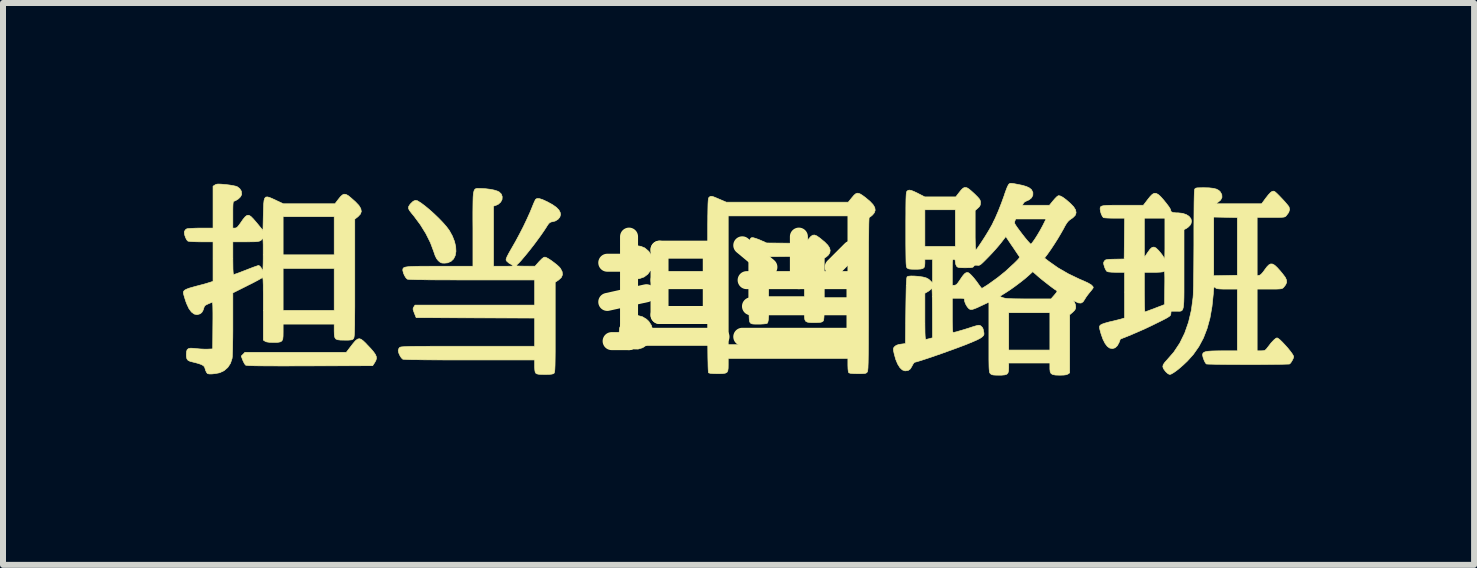
<source format=kicad_pcb>
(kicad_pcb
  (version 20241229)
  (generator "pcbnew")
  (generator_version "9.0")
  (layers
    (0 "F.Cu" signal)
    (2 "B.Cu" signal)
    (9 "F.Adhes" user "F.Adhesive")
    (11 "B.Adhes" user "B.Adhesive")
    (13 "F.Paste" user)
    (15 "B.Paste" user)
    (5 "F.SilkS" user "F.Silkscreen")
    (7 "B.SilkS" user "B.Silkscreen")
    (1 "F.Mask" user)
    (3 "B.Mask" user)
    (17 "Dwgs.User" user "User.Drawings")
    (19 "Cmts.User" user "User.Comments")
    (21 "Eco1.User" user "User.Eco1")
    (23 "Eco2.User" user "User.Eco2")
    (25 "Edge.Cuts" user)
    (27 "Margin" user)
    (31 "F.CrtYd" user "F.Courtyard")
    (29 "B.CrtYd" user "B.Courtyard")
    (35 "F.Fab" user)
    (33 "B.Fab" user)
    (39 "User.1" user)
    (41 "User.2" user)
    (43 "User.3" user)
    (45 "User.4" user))
  (footprint "担当"
    (layer "F.Cu")
    (at 9.174 1.945)
    (property "Reference" "担当" (at 0 0 0) (layer "F.SilkS") (effects (font (size 1.524 1.524) (thickness 0.3))))
    (attr through_hole)
    (fp_poly (pts (xy -1.519 0.283) (xy -1.451 0.324) (xy -1.412 0.361) (xy -1.369 0.428) (xy -1.348 0.502) (xy -1.349 0.578) (xy -1.372 0.653) (xy -1.416 0.722) (xy -1.445 0.752) (xy -1.514 0.799) (xy -1.59 0.822) (xy -1.669 0.821) (xy -1.74 0.799) (xy -1.814 0.754) (xy -1.866 0.698) (xy -1.897 0.627) (xy -1.907 0.546) (xy -1.9 0.472) (xy -1.875 0.41) (xy -1.831 0.352) (xy -1.81 0.332) (xy -1.745 0.287) (xy -1.671 0.265) (xy -1.594 0.263) (xy -1.519 0.283)) (stroke (width 0.01) (type solid)) (fill yes) (layer "F.SilkS"))
    (fp_poly (pts (xy -1.544 -0.89) (xy -1.481 -0.864) (xy -1.475 -0.86) (xy -1.412 -0.806) (xy -1.371 -0.74) (xy -1.351 -0.66) (xy -1.35 -0.645) (xy -1.348 -0.596) (xy -1.353 -0.559) (xy -1.368 -0.521) (xy -1.38 -0.495) (xy -1.429 -0.426) (xy -1.492 -0.379) (xy -1.569 -0.352) (xy -1.617 -0.346) (xy -1.679 -0.347) (xy -1.728 -0.358) (xy -1.746 -0.366) (xy -1.8 -0.4) (xy -1.849 -0.446) (xy -1.884 -0.496) (xy -1.892 -0.514) (xy -1.903 -0.564) (xy -1.906 -0.625) (xy -1.901 -0.685) (xy -1.888 -0.733) (xy -1.886 -0.738) (xy -1.836 -0.81) (xy -1.769 -0.866) (xy -1.747 -0.879) (xy -1.686 -0.898) (xy -1.615 -0.902) (xy -1.544 -0.89)) (stroke (width 0.01) (type solid)) (fill yes) (layer "F.SilkS"))
    (fp_poly (pts (xy -6.207 0.658) (xy -6.171 0.685) (xy -6.126 0.728) (xy -6.109 0.747) (xy -6.045 0.814) (xy -5.999 0.868) (xy -5.969 0.911) (xy -5.953 0.948) (xy -5.951 0.981) (xy -5.961 1.013) (xy -5.981 1.049) (xy -5.985 1.055) (xy -6.014 1.099) (xy -7.062 1.102) (xy -7.258 1.102) (xy -7.43 1.103) (xy -7.579 1.103) (xy -7.707 1.102) (xy -7.815 1.102) (xy -7.905 1.101) (xy -7.977 1.1) (xy -8.034 1.098) (xy -8.077 1.097) (xy -8.106 1.094) (xy -8.124 1.092) (xy -8.132 1.089) (xy -8.148 1.069) (xy -8.167 1.033) (xy -8.179 1.006) (xy -8.204 0.939) (xy -8.142 0.876) (xy -6.453 0.876) (xy -6.393 0.797) (xy -6.342 0.731) (xy -6.302 0.684) (xy -6.268 0.657) (xy -6.238 0.649) (xy -6.207 0.658)) (stroke (width 0.01) (type solid)) (fill yes) (layer "F.SilkS"))
    (fp_poly (pts (xy -5.27 -1.651) (xy -5.267 -1.649) (xy -5.21 -1.614) (xy -5.142 -1.563) (xy -5.066 -1.5) (xy -4.988 -1.43) (xy -4.912 -1.357) (xy -4.843 -1.285) (xy -4.785 -1.219) (xy -4.742 -1.162) (xy -4.739 -1.158) (xy -4.686 -1.063) (xy -4.65 -0.971) (xy -4.63 -0.885) (xy -4.626 -0.806) (xy -4.638 -0.737) (xy -4.665 -0.681) (xy -4.708 -0.64) (xy -4.765 -0.615) (xy -4.818 -0.61) (xy -4.86 -0.612) (xy -4.89 -0.625) (xy -4.921 -0.651) (xy -4.921 -0.651) (xy -4.948 -0.685) (xy -4.972 -0.733) (xy -4.995 -0.799) (xy -4.996 -0.803) (xy -5.051 -0.95) (xy -5.127 -1.102) (xy -5.22 -1.252) (xy -5.327 -1.396) (xy -5.362 -1.438) (xy -5.398 -1.484) (xy -5.416 -1.518) (xy -5.416 -1.549) (xy -5.398 -1.58) (xy -5.38 -1.602) (xy -5.339 -1.641) (xy -5.303 -1.656) (xy -5.27 -1.651)) (stroke (width 0.01) (type solid)) (fill yes) (layer "F.SilkS"))
    (fp_poly (pts (xy 1.387 -1.064) (xy 1.436 -1.03) (xy 1.455 -1.015) (xy 1.524 -0.957) (xy 1.572 -0.907) (xy 1.6 -0.863) (xy 1.61 -0.823) (xy 1.604 -0.784) (xy 1.601 -0.778) (xy 1.581 -0.746) (xy 1.55 -0.718) (xy 1.549 -0.717) (xy 1.511 -0.692) (xy 1.511 -0.177) (xy 1.511 -0.048) (xy 1.511 0.057) (xy 1.51 0.142) (xy 1.51 0.208) (xy 1.508 0.259) (xy 1.506 0.296) (xy 1.503 0.322) (xy 1.5 0.34) (xy 1.495 0.351) (xy 1.49 0.358) (xy 1.488 0.36) (xy 1.471 0.37) (xy 1.443 0.377) (xy 1.399 0.38) (xy 1.344 0.381) (xy 1.277 0.38) (xy 1.231 0.373) (xy 1.203 0.359) (xy 1.188 0.333) (xy 1.182 0.293) (xy 1.181 0.25) (xy 1.181 0.165) (xy 0.886 0.168) (xy 0.591 0.171) (xy 0.584 0.277) (xy 0.579 0.337) (xy 0.571 0.375) (xy 0.56 0.393) (xy 0.559 0.394) (xy 0.538 0.399) (xy 0.499 0.403) (xy 0.448 0.406) (xy 0.417 0.406) (xy 0.359 0.406) (xy 0.321 0.404) (xy 0.298 0.399) (xy 0.284 0.39) (xy 0.274 0.378) (xy 0.269 0.369) (xy 0.266 0.355) (xy 0.262 0.334) (xy 0.26 0.303) (xy 0.258 0.26) (xy 0.257 0.204) (xy 0.255 0.133) (xy 0.255 0.044) (xy 0.254 -0.051) (xy 0.584 -0.051) (xy 1.181 -0.051) (xy 1.181 -0.724) (xy 0.886 -0.721) (xy 0.591 -0.718) (xy 0.584 -0.051) (xy 0.254 -0.051) (xy 0.254 -0.065) (xy 0.254 -0.196) (xy 0.254 -0.307) (xy 0.254 -0.46) (xy 0.254 -0.589) (xy 0.255 -0.697) (xy 0.256 -0.785) (xy 0.258 -0.856) (xy 0.261 -0.912) (xy 0.264 -0.954) (xy 0.269 -0.985) (xy 0.275 -1.006) (xy 0.282 -1.02) (xy 0.291 -1.029) (xy 0.302 -1.034) (xy 0.306 -1.036) (xy 0.328 -1.034) (xy 0.367 -1.023) (xy 0.417 -1.005) (xy 0.441 -0.995) (xy 0.552 -0.946) (xy 0.873 -0.943) (xy 1.193 -0.939) (xy 1.248 -1.009) (xy 1.284 -1.051) (xy 1.316 -1.075) (xy 1.349 -1.079) (xy 1.387 -1.064)) (stroke (width 0.01) (type solid)) (fill yes) (layer "F.SilkS"))
    (fp_poly (pts (xy 2.105 -1.766) (xy 2.149 -1.739) (xy 2.195 -1.705) (xy 2.271 -1.642) (xy 2.323 -1.587) (xy 2.353 -1.537) (xy 2.36 -1.492) (xy 2.346 -1.45) (xy 2.317 -1.414) (xy 2.288 -1.389) (xy 2.266 -1.374) (xy 2.26 -1.372) (xy 2.258 -1.359) (xy 2.256 -1.322) (xy 2.254 -1.262) (xy 2.253 -1.179) (xy 2.252 -1.076) (xy 2.25 -0.952) (xy 2.25 -0.809) (xy 2.249 -0.647) (xy 2.248 -0.469) (xy 2.248 -0.275) (xy 2.248 -0.098) (xy 2.248 0.112) (xy 2.248 0.298) (xy 2.248 0.461) (xy 2.247 0.604) (xy 2.247 0.727) (xy 2.246 0.832) (xy 2.245 0.92) (xy 2.244 0.993) (xy 2.243 1.052) (xy 2.241 1.099) (xy 2.24 1.136) (xy 2.237 1.163) (xy 2.235 1.182) (xy 2.232 1.194) (xy 2.229 1.202) (xy 2.228 1.204) (xy 2.218 1.216) (xy 2.203 1.224) (xy 2.18 1.229) (xy 2.143 1.231) (xy 2.087 1.232) (xy 2.072 1.232) (xy 1.999 1.23) (xy 1.949 1.226) (xy 1.922 1.218) (xy 1.92 1.217) (xy 1.912 1.195) (xy 1.907 1.152) (xy 1.905 1.09) (xy 1.905 0.978) (xy -0.089 0.978) (xy -0.089 1.084) (xy -0.09 1.142) (xy -0.096 1.183) (xy -0.11 1.209) (xy -0.137 1.223) (xy -0.18 1.23) (xy -0.244 1.232) (xy -0.268 1.232) (xy -0.34 1.23) (xy -0.389 1.226) (xy -0.415 1.218) (xy -0.417 1.217) (xy -0.419 1.208) (xy -0.421 1.188) (xy -0.423 1.155) (xy -0.425 1.107) (xy -0.426 1.044) (xy -0.428 0.965) (xy -0.429 0.869) (xy -0.43 0.754) (xy -0.43 0.619) (xy -0.431 0.464) (xy -0.431 0.287) (xy -0.432 0.087) (xy -0.432 -0.136) (xy -0.432 -0.242) (xy -0.432 -0.464) (xy -0.432 -0.663) (xy -0.432 -0.838) (xy -0.431 -0.993) (xy -0.431 -1.127) (xy -0.431 -1.244) (xy -0.43 -1.343) (xy -0.43 -1.397) (xy -0.089 -1.397) (xy -0.089 0.749) (xy 1.905 0.749) (xy 1.905 -1.397) (xy -0.089 -1.397) (xy -0.43 -1.397) (xy -0.429 -1.426) (xy -0.428 -1.496) (xy -0.427 -1.552) (xy -0.426 -1.597) (xy -0.424 -1.632) (xy -0.422 -1.658) (xy -0.42 -1.677) (xy -0.417 -1.69) (xy -0.414 -1.698) (xy -0.411 -1.704) (xy -0.409 -1.706) (xy -0.394 -1.718) (xy -0.379 -1.724) (xy -0.359 -1.723) (xy -0.329 -1.714) (xy -0.285 -1.696) (xy -0.238 -1.676) (xy -0.121 -1.626) (xy 1.911 -1.626) (xy 1.973 -1.702) (xy 2.009 -1.744) (xy 2.04 -1.769) (xy 2.07 -1.776) (xy 2.105 -1.766)) (stroke (width 0.01) (type solid)) (fill yes) (layer "F.SilkS"))
    (fp_poly (pts (xy 7.041 -1.773) (xy 7.076 -1.755) (xy 7.117 -1.718) (xy 7.168 -1.661) (xy 7.216 -1.601) (xy 7.254 -1.551) (xy 7.278 -1.512) (xy 7.286 -1.488) (xy 7.286 -1.485) (xy 7.292 -1.467) (xy 7.323 -1.454) (xy 7.377 -1.448) (xy 7.409 -1.448) (xy 7.482 -1.44) (xy 7.543 -1.42) (xy 7.59 -1.39) (xy 7.621 -1.352) (xy 7.632 -1.31) (xy 7.622 -1.265) (xy 7.606 -1.24) (xy 7.575 -1.209) (xy 7.543 -1.187) (xy 7.506 -1.168) (xy 7.506 -0.51) (xy 7.506 -0.358) (xy 7.506 -0.23) (xy 7.506 -0.124) (xy 7.505 -0.037) (xy 7.503 0.033) (xy 7.499 0.087) (xy 7.494 0.127) (xy 7.486 0.155) (xy 7.476 0.174) (xy 7.463 0.185) (xy 7.446 0.19) (xy 7.426 0.192) (xy 7.402 0.191) (xy 7.375 0.191) (xy 7.291 0.191) (xy 7.287 0.232) (xy 7.285 0.246) (xy 7.28 0.259) (xy 7.268 0.272) (xy 7.246 0.287) (xy 7.213 0.307) (xy 7.164 0.333) (xy 7.096 0.367) (xy 7.055 0.387) (xy 6.968 0.43) (xy 6.873 0.475) (xy 6.777 0.518) (xy 6.689 0.556) (xy 6.636 0.579) (xy 6.445 0.656) (xy 6.425 0.711) (xy 6.395 0.766) (xy 6.357 0.801) (xy 6.313 0.814) (xy 6.267 0.805) (xy 6.229 0.778) (xy 6.191 0.728) (xy 6.155 0.657) (xy 6.124 0.569) (xy 6.113 0.53) (xy 6.101 0.485) (xy 6.097 0.457) (xy 6.099 0.441) (xy 6.108 0.428) (xy 6.115 0.421) (xy 6.14 0.407) (xy 6.184 0.391) (xy 6.241 0.375) (xy 6.267 0.368) (xy 6.329 0.354) (xy 6.389 0.339) (xy 6.437 0.327) (xy 6.455 0.322) (xy 6.515 0.304) (xy 6.515 -0.457) (xy 6.845 -0.457) (xy 6.845 -0.127) (xy 6.846 -0.038) (xy 6.847 0.041) (xy 6.848 0.108) (xy 6.85 0.16) (xy 6.852 0.192) (xy 6.855 0.203) (xy 6.87 0.198) (xy 6.903 0.186) (xy 6.951 0.168) (xy 7.009 0.147) (xy 7.023 0.141) (xy 7.182 0.08) (xy 7.185 -0.204) (xy 7.186 -0.299) (xy 7.186 -0.37) (xy 7.185 -0.421) (xy 7.183 -0.454) (xy 7.179 -0.471) (xy 7.175 -0.474) (xy 7.173 -0.473) (xy 7.153 -0.465) (xy 7.109 -0.46) (xy 7.042 -0.457) (xy 7.002 -0.457) (xy 6.845 -0.457) (xy 6.515 -0.457) (xy 6.378 -0.457) (xy 6.302 -0.459) (xy 6.249 -0.464) (xy 6.222 -0.472) (xy 6.221 -0.473) (xy 6.205 -0.494) (xy 6.188 -0.529) (xy 6.18 -0.552) (xy 6.169 -0.59) (xy 6.166 -0.615) (xy 6.173 -0.634) (xy 6.179 -0.643) (xy 6.188 -0.655) (xy 6.201 -0.664) (xy 6.222 -0.669) (xy 6.256 -0.673) (xy 6.307 -0.675) (xy 6.353 -0.676) (xy 6.509 -0.679) (xy 6.516 -1.359) (xy 6.845 -1.359) (xy 6.845 -0.705) (xy 6.903 -0.791) (xy 6.941 -0.843) (xy 6.974 -0.872) (xy 7.006 -0.878) (xy 7.039 -0.863) (xy 7.078 -0.826) (xy 7.087 -0.816) (xy 7.119 -0.778) (xy 7.147 -0.741) (xy 7.16 -0.721) (xy 7.175 -0.697) (xy 7.184 -0.686) (xy 7.185 -0.686) (xy 7.186 -0.698) (xy 7.186 -0.732) (xy 7.187 -0.785) (xy 7.188 -0.854) (xy 7.188 -0.934) (xy 7.188 -1.022) (xy 7.188 -1.359) (xy 6.845 -1.359) (xy 6.516 -1.359) (xy 6.347 -1.359) (xy 6.283 -1.36) (xy 6.228 -1.362) (xy 6.187 -1.365) (xy 6.165 -1.368) (xy 6.163 -1.369) (xy 6.146 -1.39) (xy 6.128 -1.427) (xy 6.115 -1.469) (xy 6.109 -1.506) (xy 6.109 -1.508) (xy 6.109 -1.527) (xy 6.113 -1.542) (xy 6.122 -1.554) (xy 6.14 -1.562) (xy 6.169 -1.568) (xy 6.211 -1.572) (xy 6.27 -1.574) (xy 6.348 -1.575) (xy 6.448 -1.575) (xy 6.484 -1.575) (xy 6.829 -1.575) (xy 6.904 -1.673) (xy 6.944 -1.723) (xy 6.978 -1.757) (xy 7.01 -1.774) (xy 7.041 -1.773)) (stroke (width 0.01) (type solid)) (fill yes) (layer "F.SilkS"))
    (fp_poly (pts (xy 7.923 -1.865) (xy 7.993 -1.857) (xy 8.046 -1.844) (xy 8.085 -1.823) (xy 8.109 -1.801) (xy 8.136 -1.753) (xy 8.139 -1.706) (xy 8.117 -1.662) (xy 8.073 -1.625) (xy 8.033 -1.6) (xy 8.416 -1.6) (xy 8.8 -1.6) (xy 8.87 -1.695) (xy 8.914 -1.751) (xy 8.948 -1.787) (xy 8.975 -1.806) (xy 8.999 -1.81) (xy 9.016 -1.804) (xy 9.036 -1.788) (xy 9.068 -1.758) (xy 9.107 -1.718) (xy 9.15 -1.673) (xy 9.191 -1.628) (xy 9.226 -1.587) (xy 9.25 -1.556) (xy 9.257 -1.545) (xy 9.266 -1.503) (xy 9.251 -1.455) (xy 9.213 -1.404) (xy 9.213 -1.404) (xy 9.202 -1.392) (xy 9.19 -1.384) (xy 9.174 -1.378) (xy 9.149 -1.375) (xy 9.112 -1.373) (xy 9.058 -1.372) (xy 8.985 -1.372) (xy 8.954 -1.372) (xy 8.725 -1.372) (xy 8.725 -0.406) (xy 8.755 -0.406) (xy 8.774 -0.412) (xy 8.797 -0.431) (xy 8.828 -0.467) (xy 8.853 -0.502) (xy 8.889 -0.55) (xy 8.921 -0.582) (xy 8.951 -0.597) (xy 8.982 -0.595) (xy 9.018 -0.575) (xy 9.06 -0.536) (xy 9.112 -0.478) (xy 9.151 -0.43) (xy 9.193 -0.375) (xy 9.214 -0.329) (xy 9.217 -0.29) (xy 9.2 -0.25) (xy 9.166 -0.206) (xy 9.155 -0.196) (xy 9.142 -0.188) (xy 9.123 -0.183) (xy 9.094 -0.18) (xy 9.05 -0.178) (xy 8.988 -0.178) (xy 8.932 -0.178) (xy 8.725 -0.178) (xy 8.725 0.851) (xy 8.792 0.851) (xy 8.83 0.849) (xy 8.855 0.842) (xy 8.876 0.824) (xy 8.902 0.791) (xy 8.903 0.79) (xy 8.958 0.719) (xy 9.004 0.67) (xy 9.038 0.642) (xy 9.057 0.635) (xy 9.077 0.645) (xy 9.108 0.67) (xy 9.147 0.708) (xy 9.19 0.754) (xy 9.234 0.803) (xy 9.273 0.851) (xy 9.306 0.895) (xy 9.327 0.93) (xy 9.334 0.95) (xy 9.327 0.976) (xy 9.31 1.011) (xy 9.289 1.045) (xy 9.269 1.068) (xy 9.266 1.07) (xy 9.251 1.072) (xy 9.213 1.073) (xy 9.155 1.075) (xy 9.081 1.076) (xy 8.992 1.077) (xy 8.893 1.078) (xy 8.785 1.079) (xy 8.672 1.079) (xy 8.557 1.079) (xy 8.442 1.079) (xy 8.33 1.078) (xy 8.224 1.078) (xy 8.127 1.077) (xy 8.042 1.076) (xy 7.972 1.074) (xy 7.919 1.073) (xy 7.887 1.071) (xy 7.878 1.07) (xy 7.861 1.049) (xy 7.843 1.013) (xy 7.827 0.971) (xy 7.817 0.932) (xy 7.816 0.907) (xy 7.824 0.889) (xy 7.841 0.875) (xy 7.869 0.865) (xy 7.912 0.858) (xy 7.971 0.854) (xy 8.05 0.852) (xy 8.149 0.851) (xy 8.395 0.851) (xy 8.395 -0.178) (xy 8.223 -0.178) (xy 8.153 -0.178) (xy 8.103 -0.18) (xy 8.07 -0.183) (xy 8.048 -0.188) (xy 8.034 -0.196) (xy 8.028 -0.202) (xy 8.016 -0.212) (xy 8.009 -0.213) (xy 8.004 -0.201) (xy 8 -0.173) (xy 7.996 -0.124) (xy 7.995 -0.104) (xy 7.973 0.11) (xy 7.939 0.304) (xy 7.891 0.479) (xy 7.83 0.637) (xy 7.753 0.781) (xy 7.661 0.912) (xy 7.564 1.02) (xy 7.502 1.079) (xy 7.441 1.133) (xy 7.383 1.18) (xy 7.333 1.215) (xy 7.293 1.238) (xy 7.27 1.245) (xy 7.241 1.234) (xy 7.206 1.203) (xy 7.196 1.192) (xy 7.165 1.15) (xy 7.153 1.116) (xy 7.16 1.082) (xy 7.187 1.043) (xy 7.215 1.012) (xy 7.335 0.875) (xy 7.436 0.723) (xy 7.518 0.556) (xy 7.582 0.373) (xy 7.629 0.173) (xy 7.657 -0.038) (xy 7.66 -0.081) (xy 7.662 -0.147) (xy 7.665 -0.234) (xy 7.666 -0.34) (xy 7.667 -0.4) (xy 8.001 -0.4) (xy 8.198 -0.404) (xy 8.395 -0.408) (xy 8.395 -1.37) (xy 8.198 -1.374) (xy 8.001 -1.378) (xy 8.001 -0.4) (xy 7.667 -0.4) (xy 7.668 -0.463) (xy 7.669 -0.601) (xy 7.67 -0.752) (xy 7.671 -0.913) (xy 7.671 -1.001) (xy 7.671 -1.191) (xy 7.672 -1.358) (xy 7.673 -1.5) (xy 7.674 -1.618) (xy 7.676 -1.711) (xy 7.678 -1.78) (xy 7.681 -1.824) (xy 7.684 -1.842) (xy 7.692 -1.853) (xy 7.707 -1.861) (xy 7.732 -1.865) (xy 7.773 -1.866) (xy 7.831 -1.867) (xy 7.923 -1.865)) (stroke (width 0.01) (type solid)) (fill yes) (layer "F.SilkS"))
    (fp_poly (pts (xy -4.224 -1.854) (xy -4.203 -1.854) (xy -4.131 -1.85) (xy -4.057 -1.841) (xy -3.99 -1.828) (xy -3.936 -1.811) (xy -3.907 -1.797) (xy -3.87 -1.761) (xy -3.855 -1.717) (xy -3.858 -1.67) (xy -3.881 -1.627) (xy -3.921 -1.591) (xy -3.958 -1.574) (xy -4 -1.56) (xy -4 -0.559) (xy -3.826 -0.559) (xy -3.757 -0.559) (xy -3.71 -0.56) (xy -3.683 -0.562) (xy -3.673 -0.566) (xy -3.676 -0.571) (xy -3.683 -0.576) (xy -3.744 -0.611) (xy -3.78 -0.643) (xy -3.791 -0.662) (xy -3.789 -0.682) (xy -3.775 -0.717) (xy -3.748 -0.77) (xy -3.707 -0.842) (xy -3.696 -0.861) (xy -3.633 -0.971) (xy -3.568 -1.092) (xy -3.503 -1.218) (xy -3.444 -1.342) (xy -3.392 -1.457) (xy -3.359 -1.537) (xy -3.338 -1.589) (xy -3.319 -1.633) (xy -3.304 -1.664) (xy -3.299 -1.673) (xy -3.275 -1.687) (xy -3.237 -1.686) (xy -3.183 -1.669) (xy -3.112 -1.636) (xy -3.103 -1.632) (xy -3.016 -1.584) (xy -2.952 -1.539) (xy -2.91 -1.495) (xy -2.888 -1.452) (xy -2.883 -1.419) (xy -2.895 -1.377) (xy -2.926 -1.34) (xy -2.972 -1.312) (xy -3.011 -1.302) (xy -3.04 -1.296) (xy -3.061 -1.286) (xy -3.081 -1.268) (xy -3.104 -1.235) (xy -3.123 -1.204) (xy -3.162 -1.145) (xy -3.209 -1.077) (xy -3.263 -1.003) (xy -3.32 -0.926) (xy -3.379 -0.85) (xy -3.437 -0.777) (xy -3.492 -0.711) (xy -3.54 -0.654) (xy -3.581 -0.61) (xy -3.612 -0.581) (xy -3.626 -0.571) (xy -3.624 -0.567) (xy -3.6 -0.563) (xy -3.556 -0.561) (xy -3.494 -0.56) (xy -3.479 -0.56) (xy -3.308 -0.559) (xy -3.241 -0.635) (xy -3.197 -0.68) (xy -3.165 -0.705) (xy -3.143 -0.711) (xy -3.12 -0.703) (xy -3.083 -0.683) (xy -3.037 -0.653) (xy -2.99 -0.618) (xy -2.944 -0.582) (xy -2.908 -0.549) (xy -2.885 -0.523) (xy -2.856 -0.467) (xy -2.851 -0.416) (xy -2.871 -0.37) (xy -2.917 -0.328) (xy -2.922 -0.325) (xy -2.972 -0.292) (xy -2.972 0.456) (xy -2.972 0.615) (xy -2.972 0.749) (xy -2.972 0.863) (xy -2.973 0.956) (xy -2.974 1.032) (xy -2.975 1.092) (xy -2.977 1.138) (xy -2.979 1.172) (xy -2.982 1.196) (xy -2.985 1.211) (xy -2.989 1.221) (xy -2.992 1.225) (xy -3.007 1.234) (xy -3.034 1.24) (xy -3.076 1.244) (xy -3.139 1.245) (xy -3.143 1.245) (xy -3.207 1.244) (xy -3.251 1.241) (xy -3.278 1.235) (xy -3.294 1.225) (xy -3.295 1.225) (xy -3.306 1.205) (xy -3.312 1.171) (xy -3.315 1.118) (xy -3.315 1.104) (xy -3.315 1.003) (xy -4.401 1.003) (xy -4.626 1.003) (xy -4.825 1.003) (xy -4.999 1.002) (xy -5.148 1.001) (xy -5.271 0.999) (xy -5.369 0.998) (xy -5.442 0.996) (xy -5.489 0.993) (xy -5.511 0.991) (xy -5.513 0.99) (xy -5.536 0.968) (xy -5.56 0.93) (xy -5.579 0.888) (xy -5.588 0.85) (xy -5.588 0.847) (xy -5.579 0.815) (xy -5.565 0.796) (xy -5.559 0.792) (xy -5.55 0.789) (xy -5.535 0.786) (xy -5.514 0.784) (xy -5.484 0.782) (xy -5.444 0.78) (xy -5.393 0.778) (xy -5.328 0.777) (xy -5.249 0.776) (xy -5.154 0.776) (xy -5.04 0.775) (xy -4.907 0.775) (xy -4.753 0.775) (xy -4.576 0.775) (xy -4.428 0.775) (xy -3.315 0.775) (xy -3.315 0.305) (xy -4.302 0.302) (xy -5.289 0.298) (xy -5.319 0.224) (xy -5.334 0.183) (xy -5.341 0.157) (xy -5.338 0.138) (xy -5.328 0.12) (xy -5.308 0.089) (xy -3.315 0.089) (xy -3.315 -0.33) (xy -4.363 -0.33) (xy -4.576 -0.33) (xy -4.763 -0.331) (xy -4.927 -0.331) (xy -5.066 -0.332) (xy -5.183 -0.334) (xy -5.277 -0.335) (xy -5.349 -0.337) (xy -5.399 -0.339) (xy -5.429 -0.342) (xy -5.438 -0.344) (xy -5.46 -0.366) (xy -5.483 -0.403) (xy -5.501 -0.445) (xy -5.511 -0.484) (xy -5.512 -0.491) (xy -5.511 -0.507) (xy -5.508 -0.52) (xy -5.5 -0.53) (xy -5.485 -0.539) (xy -5.462 -0.545) (xy -5.427 -0.55) (xy -5.379 -0.554) (xy -5.316 -0.556) (xy -5.235 -0.558) (xy -5.135 -0.558) (xy -5.013 -0.559) (xy -4.899 -0.559) (xy -4.343 -0.559) (xy -4.343 -1.185) (xy -4.344 -1.333) (xy -4.344 -1.458) (xy -4.343 -1.561) (xy -4.342 -1.644) (xy -4.34 -1.711) (xy -4.336 -1.761) (xy -4.329 -1.799) (xy -4.321 -1.825) (xy -4.309 -1.842) (xy -4.294 -1.851) (xy -4.275 -1.855) (xy -4.252 -1.855) (xy -4.224 -1.854)) (stroke (width 0.01) (type solid)) (fill yes) (layer "F.SilkS"))
    (fp_poly (pts (xy -8.534 -1.926) (xy -8.471 -1.92) (xy -8.464 -1.92) (xy -8.399 -1.912) (xy -8.34 -1.902) (xy -8.294 -1.892) (xy -8.273 -1.885) (xy -8.229 -1.852) (xy -8.202 -1.809) (xy -8.197 -1.761) (xy -8.198 -1.752) (xy -8.216 -1.716) (xy -8.251 -1.681) (xy -8.294 -1.654) (xy -8.315 -1.645) (xy -8.326 -1.641) (xy -8.333 -1.635) (xy -8.338 -1.621) (xy -8.341 -1.597) (xy -8.343 -1.559) (xy -8.344 -1.504) (xy -8.344 -1.428) (xy -8.344 -1.194) (xy -8.309 -1.194) (xy -8.288 -1.198) (xy -8.267 -1.213) (xy -8.243 -1.242) (xy -8.218 -1.276) (xy -8.174 -1.34) (xy -8.138 -1.383) (xy -8.107 -1.406) (xy -8.077 -1.408) (xy -8.044 -1.389) (xy -8.005 -1.35) (xy -7.954 -1.291) (xy -7.947 -1.283) (xy -7.842 -1.155) (xy -7.837 -1.384) (xy -7.506 -1.384) (xy -7.506 -0.749) (xy -6.655 -0.749) (xy -6.655 -1.384) (xy -7.506 -1.384) (xy -7.837 -1.384) (xy -7.836 -1.423) (xy -7.833 -1.523) (xy -7.83 -1.599) (xy -7.824 -1.655) (xy -7.813 -1.691) (xy -7.796 -1.71) (xy -7.771 -1.714) (xy -7.736 -1.706) (xy -7.688 -1.686) (xy -7.627 -1.658) (xy -7.626 -1.657) (xy -7.503 -1.6) (xy -7.072 -1.6) (xy -6.642 -1.6) (xy -6.583 -1.677) (xy -6.549 -1.719) (xy -6.519 -1.746) (xy -6.492 -1.759) (xy -6.461 -1.756) (xy -6.425 -1.738) (xy -6.38 -1.702) (xy -6.321 -1.65) (xy -6.3 -1.631) (xy -6.244 -1.572) (xy -6.212 -1.519) (xy -6.203 -1.471) (xy -6.218 -1.428) (xy -6.257 -1.386) (xy -6.267 -1.378) (xy -6.312 -1.343) (xy -6.312 -0.363) (xy -6.312 -0.18) (xy -6.312 -0.021) (xy -6.312 0.116) (xy -6.313 0.233) (xy -6.314 0.331) (xy -6.314 0.412) (xy -6.316 0.477) (xy -6.317 0.529) (xy -6.319 0.569) (xy -6.321 0.599) (xy -6.324 0.62) (xy -6.327 0.634) (xy -6.33 0.643) (xy -6.332 0.645) (xy -6.343 0.658) (xy -6.357 0.666) (xy -6.381 0.67) (xy -6.418 0.673) (xy -6.476 0.673) (xy -6.483 0.673) (xy -6.552 0.672) (xy -6.6 0.666) (xy -6.63 0.652) (xy -6.646 0.625) (xy -6.653 0.583) (xy -6.655 0.521) (xy -6.655 0.512) (xy -6.655 0.406) (xy -7.506 0.406) (xy -7.506 0.539) (xy -7.507 0.608) (xy -7.512 0.656) (xy -7.527 0.686) (xy -7.553 0.702) (xy -7.596 0.71) (xy -7.658 0.711) (xy -7.671 0.711) (xy -7.736 0.709) (xy -7.779 0.703) (xy -7.807 0.692) (xy -7.808 0.691) (xy -7.836 0.672) (xy -7.836 0.143) (xy -7.836 0.014) (xy -7.836 -0.093) (xy -7.837 -0.178) (xy -7.837 -0.244) (xy -7.839 -0.294) (xy -7.84 -0.329) (xy -7.843 -0.352) (xy -7.846 -0.365) (xy -7.85 -0.369) (xy -7.855 -0.368) (xy -7.858 -0.365) (xy -7.876 -0.354) (xy -7.913 -0.333) (xy -7.965 -0.305) (xy -8.028 -0.272) (xy -8.099 -0.237) (xy -8.112 -0.23) (xy -8.344 -0.114) (xy -8.344 0.398) (xy -8.344 0.518) (xy -8.345 0.631) (xy -8.347 0.733) (xy -8.348 0.821) (xy -8.351 0.894) (xy -8.353 0.947) (xy -8.356 0.978) (xy -8.357 0.979) (xy -8.383 1.059) (xy -8.428 1.128) (xy -8.489 1.181) (xy -8.56 1.215) (xy -8.571 1.218) (xy -8.629 1.229) (xy -8.685 1.236) (xy -8.732 1.237) (xy -8.763 1.232) (xy -8.766 1.23) (xy -8.782 1.211) (xy -8.798 1.177) (xy -8.803 1.16) (xy -8.815 1.122) (xy -8.834 1.099) (xy -8.866 1.081) (xy -8.87 1.079) (xy -8.912 1.064) (xy -8.965 1.049) (xy -8.998 1.041) (xy -9.055 1.027) (xy -9.09 1.01) (xy -9.11 0.984) (xy -9.118 0.944) (xy -9.119 0.913) (xy -9.116 0.865) (xy -9.105 0.832) (xy -9.083 0.814) (xy -9.046 0.807) (xy -8.989 0.81) (xy -8.952 0.814) (xy -8.889 0.82) (xy -8.823 0.823) (xy -8.767 0.823) (xy -8.762 0.823) (xy -8.68 0.819) (xy -8.677 0.427) (xy -8.676 0.313) (xy -8.676 0.223) (xy -8.677 0.153) (xy -8.678 0.103) (xy -8.68 0.069) (xy -8.684 0.049) (xy -8.688 0.042) (xy -8.69 0.042) (xy -8.746 0.065) (xy -8.783 0.082) (xy -8.805 0.095) (xy -8.816 0.108) (xy -8.821 0.119) (xy -8.84 0.175) (xy -8.861 0.212) (xy -8.889 0.234) (xy -8.891 0.235) (xy -8.941 0.249) (xy -8.989 0.238) (xy -9.035 0.203) (xy -9.077 0.145) (xy -9.114 0.065) (xy -9.132 0.016) (xy -9.148 -0.036) (xy -9.161 -0.08) (xy -9.168 -0.11) (xy -9.169 -0.118) (xy -9.165 -0.139) (xy -9.15 -0.157) (xy -9.121 -0.174) (xy -9.075 -0.192) (xy -9.009 -0.211) (xy -8.966 -0.223) (xy -8.898 -0.241) (xy -8.832 -0.258) (xy -8.777 -0.274) (xy -8.739 -0.286) (xy -8.734 -0.287) (xy -8.674 -0.307) (xy -8.674 -0.965) (xy -8.344 -0.965) (xy -8.344 -0.692) (xy -8.343 -0.592) (xy -8.342 -0.513) (xy -8.339 -0.458) (xy -8.335 -0.427) (xy -8.331 -0.419) (xy -8.315 -0.424) (xy -8.28 -0.436) (xy -8.23 -0.454) (xy -8.169 -0.478) (xy -8.124 -0.495) (xy -8.058 -0.521) (xy -8 -0.543) (xy -7.954 -0.559) (xy -7.925 -0.569) (xy -7.916 -0.572) (xy -7.894 -0.561) (xy -7.872 -0.533) (xy -7.853 -0.496) (xy -7.848 -0.48) (xy -7.846 -0.48) (xy -7.843 -0.502) (xy -7.842 -0.521) (xy -7.506 -0.521) (xy -7.506 0.178) (xy -6.655 0.178) (xy -6.655 -0.521) (xy -7.506 -0.521) (xy -7.842 -0.521) (xy -7.841 -0.545) (xy -7.839 -0.607) (xy -7.838 -0.684) (xy -7.838 -0.743) (xy -7.838 -0.843) (xy -7.838 -0.919) (xy -7.84 -0.973) (xy -7.842 -1.008) (xy -7.846 -1.024) (xy -7.85 -1.023) (xy -7.851 -1.022) (xy -7.863 -1.002) (xy -7.877 -0.988) (xy -7.898 -0.978) (xy -7.928 -0.971) (xy -7.972 -0.967) (xy -8.033 -0.966) (xy -8.115 -0.965) (xy -8.124 -0.965) (xy -8.344 -0.965) (xy -8.674 -0.965) (xy -8.872 -0.965) (xy -8.942 -0.966) (xy -9.004 -0.968) (xy -9.053 -0.971) (xy -9.084 -0.975) (xy -9.092 -0.977) (xy -9.113 -0.999) (xy -9.132 -1.037) (xy -9.147 -1.08) (xy -9.153 -1.12) (xy -9.151 -1.138) (xy -9.133 -1.167) (xy -9.111 -1.182) (xy -9.088 -1.186) (xy -9.044 -1.189) (xy -8.985 -1.192) (xy -8.917 -1.194) (xy -8.876 -1.194) (xy -8.674 -1.194) (xy -8.674 -1.892) (xy -8.642 -1.913) (xy -8.625 -1.922) (xy -8.605 -1.927) (xy -8.577 -1.928) (xy -8.534 -1.926)) (stroke (width 0.01) (type solid)) (fill yes) (layer "F.SilkS"))
    (fp_poly (pts (xy 4.666 -1.936) (xy 4.718 -1.926) (xy 4.724 -1.925) (xy 4.813 -1.907) (xy 4.88 -1.887) (xy 4.927 -1.865) (xy 4.96 -1.839) (xy 4.966 -1.832) (xy 4.988 -1.787) (xy 4.987 -1.741) (xy 4.965 -1.698) (xy 4.925 -1.665) (xy 4.89 -1.65) (xy 4.849 -1.63) (xy 4.828 -1.605) (xy 4.814 -1.575) (xy 5.039 -1.575) (xy 5.264 -1.575) (xy 5.325 -1.65) (xy 5.358 -1.688) (xy 5.388 -1.718) (xy 5.41 -1.733) (xy 5.412 -1.734) (xy 5.441 -1.731) (xy 5.485 -1.709) (xy 5.542 -1.667) (xy 5.611 -1.607) (xy 5.668 -1.548) (xy 5.7 -1.496) (xy 5.708 -1.449) (xy 5.693 -1.406) (xy 5.653 -1.366) (xy 5.626 -1.348) (xy 5.597 -1.327) (xy 5.572 -1.303) (xy 5.548 -1.271) (xy 5.52 -1.224) (xy 5.5 -1.185) (xy 5.455 -1.106) (xy 5.403 -1.018) (xy 5.346 -0.928) (xy 5.29 -0.843) (xy 5.24 -0.772) (xy 5.225 -0.751) (xy 5.182 -0.695) (xy 5.254 -0.639) (xy 5.406 -0.532) (xy 5.579 -0.432) (xy 5.769 -0.341) (xy 5.824 -0.318) (xy 5.903 -0.282) (xy 5.958 -0.25) (xy 5.988 -0.221) (xy 5.994 -0.203) (xy 5.987 -0.189) (xy 5.966 -0.161) (xy 5.938 -0.127) (xy 5.936 -0.125) (xy 5.902 -0.082) (xy 5.871 -0.039) (xy 5.853 -0.009) (xy 5.824 0.035) (xy 5.791 0.055) (xy 5.75 0.053) (xy 5.714 0.038) (xy 5.659 0.01) (xy 5.681 0.042) (xy 5.696 0.079) (xy 5.702 0.119) (xy 5.698 0.15) (xy 5.682 0.177) (xy 5.652 0.207) (xy 5.601 0.25) (xy 5.601 1.218) (xy 5.572 1.238) (xy 5.547 1.249) (xy 5.505 1.255) (xy 5.443 1.257) (xy 5.433 1.257) (xy 5.366 1.255) (xy 5.32 1.247) (xy 5.291 1.23) (xy 5.276 1.2) (xy 5.271 1.155) (xy 5.271 1.13) (xy 5.271 1.054) (xy 4.585 1.054) (xy 4.585 1.136) (xy 4.582 1.185) (xy 4.573 1.219) (xy 4.553 1.241) (xy 4.518 1.252) (xy 4.464 1.257) (xy 4.417 1.257) (xy 4.361 1.256) (xy 4.324 1.253) (xy 4.3 1.246) (xy 4.283 1.235) (xy 4.28 1.232) (xy 4.274 1.225) (xy 4.269 1.217) (xy 4.265 1.204) (xy 4.262 1.184) (xy 4.259 1.156) (xy 4.257 1.117) (xy 4.256 1.065) (xy 4.255 0.997) (xy 4.255 0.912) (xy 4.255 0.807) (xy 4.255 0.679) (xy 4.255 0.623) (xy 4.255 0.216) (xy 4.585 0.216) (xy 4.585 0.838) (xy 5.271 0.838) (xy 5.271 0.216) (xy 4.585 0.216) (xy 4.255 0.216) (xy 4.255 0.04) (xy 4.122 0.102) (xy 4.056 0.133) (xy 4.008 0.152) (xy 3.974 0.162) (xy 3.949 0.162) (xy 3.931 0.155) (xy 3.922 0.149) (xy 3.895 0.119) (xy 3.87 0.077) (xy 3.853 0.035) (xy 3.848 0.008) (xy 3.847 -0.009) (xy 3.841 -0.018) (xy 3.824 -0.023) (xy 3.792 -0.025) (xy 3.747 -0.025) (xy 3.645 -0.025) (xy 3.645 0.26) (xy 3.645 0.361) (xy 3.647 0.438) (xy 3.649 0.493) (xy 3.652 0.528) (xy 3.657 0.544) (xy 3.659 0.546) (xy 3.681 0.542) (xy 3.722 0.532) (xy 3.779 0.515) (xy 3.848 0.495) (xy 3.924 0.471) (xy 3.972 0.455) (xy 4.027 0.438) (xy 4.064 0.428) (xy 4.088 0.425) (xy 4.105 0.428) (xy 4.121 0.437) (xy 4.121 0.437) (xy 4.147 0.463) (xy 4.159 0.489) (xy 4.167 0.528) (xy 4.172 0.552) (xy 4.173 0.575) (xy 4.165 0.596) (xy 4.145 0.617) (xy 4.111 0.641) (xy 4.061 0.667) (xy 3.991 0.698) (xy 3.901 0.735) (xy 3.88 0.744) (xy 3.814 0.769) (xy 3.737 0.798) (xy 3.65 0.83) (xy 3.558 0.863) (xy 3.464 0.897) (xy 3.371 0.929) (xy 3.282 0.96) (xy 3.2 0.987) (xy 3.13 1.01) (xy 3.074 1.027) (xy 3.036 1.038) (xy 3.02 1.041) (xy 3.006 1.052) (xy 2.987 1.079) (xy 2.974 1.105) (xy 2.946 1.152) (xy 2.911 1.178) (xy 2.864 1.185) (xy 2.853 1.184) (xy 2.812 1.169) (xy 2.772 1.131) (xy 2.735 1.072) (xy 2.703 0.996) (xy 2.677 0.903) (xy 2.676 0.898) (xy 2.666 0.852) (xy 2.663 0.824) (xy 2.666 0.805) (xy 2.677 0.789) (xy 2.684 0.781) (xy 2.711 0.76) (xy 2.751 0.746) (xy 2.788 0.74) (xy 2.864 0.73) (xy 2.869 0.276) (xy 3.188 0.276) (xy 3.188 0.39) (xy 3.189 0.481) (xy 3.19 0.55) (xy 3.192 0.601) (xy 3.195 0.635) (xy 3.198 0.654) (xy 3.203 0.66) (xy 3.204 0.66) (xy 3.226 0.657) (xy 3.259 0.649) (xy 3.267 0.647) (xy 3.315 0.634) (xy 3.314 0.206) (xy 3.313 0.092) (xy 3.312 -0.006) (xy 3.311 -0.055) (xy 4.434 -0.055) (xy 4.487 -0.035) (xy 4.507 -0.029) (xy 4.532 -0.024) (xy 4.566 -0.02) (xy 4.611 -0.018) (xy 4.671 -0.016) (xy 4.749 -0.015) (xy 4.848 -0.014) (xy 4.915 -0.014) (xy 5.29 -0.014) (xy 5.346 -0.078) (xy 5.375 -0.113) (xy 5.389 -0.135) (xy 5.389 -0.147) (xy 5.382 -0.154) (xy 5.353 -0.172) (xy 5.31 -0.203) (xy 5.257 -0.243) (xy 5.201 -0.287) (xy 5.145 -0.331) (xy 5.095 -0.372) (xy 5.074 -0.39) (xy 4.986 -0.468) (xy 4.915 -0.403) (xy 4.854 -0.35) (xy 4.778 -0.29) (xy 4.694 -0.227) (xy 4.61 -0.167) (xy 4.532 -0.116) (xy 4.525 -0.112) (xy 4.434 -0.055) (xy 3.311 -0.055) (xy 3.311 -0.085) (xy 3.309 -0.144) (xy 3.306 -0.181) (xy 3.303 -0.196) (xy 3.302 -0.194) (xy 3.284 -0.171) (xy 3.253 -0.146) (xy 3.239 -0.137) (xy 3.188 -0.108) (xy 3.188 0.276) (xy 2.869 0.276) (xy 2.87 0.182) (xy 2.872 0.04) (xy 2.874 -0.077) (xy 2.876 -0.173) (xy 2.878 -0.248) (xy 2.881 -0.305) (xy 2.884 -0.345) (xy 2.888 -0.37) (xy 2.892 -0.382) (xy 2.892 -0.383) (xy 2.915 -0.392) (xy 2.957 -0.396) (xy 3.012 -0.395) (xy 3.076 -0.39) (xy 3.141 -0.381) (xy 3.156 -0.379) (xy 3.211 -0.364) (xy 3.252 -0.342) (xy 3.273 -0.323) (xy 3.315 -0.282) (xy 3.315 -0.457) (xy 3.645 -0.457) (xy 3.645 -0.241) (xy 3.68 -0.241) (xy 3.699 -0.245) (xy 3.718 -0.257) (xy 3.74 -0.283) (xy 3.769 -0.325) (xy 3.777 -0.337) (xy 3.816 -0.394) (xy 3.847 -0.431) (xy 3.874 -0.45) (xy 3.899 -0.454) (xy 3.912 -0.451) (xy 3.934 -0.436) (xy 3.967 -0.404) (xy 4.006 -0.36) (xy 4.048 -0.307) (xy 4.088 -0.251) (xy 4.088 -0.251) (xy 4.112 -0.218) (xy 4.13 -0.196) (xy 4.138 -0.191) (xy 4.152 -0.197) (xy 4.182 -0.216) (xy 4.224 -0.242) (xy 4.262 -0.268) (xy 4.402 -0.369) (xy 4.532 -0.474) (xy 4.661 -0.593) (xy 4.664 -0.595) (xy 4.711 -0.641) (xy 4.741 -0.672) (xy 4.758 -0.693) (xy 4.765 -0.708) (xy 4.762 -0.72) (xy 4.756 -0.729) (xy 4.742 -0.749) (xy 4.717 -0.786) (xy 4.685 -0.834) (xy 4.648 -0.889) (xy 4.637 -0.904) (xy 4.537 -1.053) (xy 4.457 -0.949) (xy 4.417 -0.9) (xy 4.365 -0.84) (xy 4.308 -0.777) (xy 4.25 -0.716) (xy 4.24 -0.706) (xy 4.188 -0.653) (xy 4.15 -0.616) (xy 4.123 -0.592) (xy 4.103 -0.579) (xy 4.086 -0.573) (xy 4.07 -0.574) (xy 4.061 -0.575) (xy 4.028 -0.576) (xy 4.008 -0.565) (xy 4.003 -0.558) (xy 3.993 -0.546) (xy 3.976 -0.539) (xy 3.949 -0.535) (xy 3.904 -0.534) (xy 3.861 -0.533) (xy 3.803 -0.534) (xy 3.765 -0.536) (xy 3.741 -0.541) (xy 3.726 -0.549) (xy 3.715 -0.562) (xy 3.701 -0.595) (xy 3.696 -0.631) (xy 3.692 -0.661) (xy 3.68 -0.672) (xy 3.67 -0.673) (xy 3.661 -0.672) (xy 3.654 -0.666) (xy 3.65 -0.652) (xy 3.647 -0.627) (xy 3.646 -0.586) (xy 3.645 -0.526) (xy 3.645 -0.457) (xy 3.315 -0.457) (xy 3.315 -0.673) (xy 3.188 -0.673) (xy 3.188 -0.611) (xy 3.185 -0.568) (xy 3.176 -0.539) (xy 3.155 -0.521) (xy 3.119 -0.512) (xy 3.063 -0.508) (xy 3.03 -0.508) (xy 2.972 -0.509) (xy 2.933 -0.512) (xy 2.909 -0.518) (xy 2.894 -0.529) (xy 2.891 -0.531) (xy 2.886 -0.538) (xy 2.882 -0.55) (xy 2.879 -0.568) (xy 2.876 -0.595) (xy 2.874 -0.632) (xy 2.873 -0.683) (xy 2.872 -0.748) (xy 2.871 -0.831) (xy 2.87 -0.933) (xy 2.87 -1.056) (xy 2.87 -1.172) (xy 2.87 -1.314) (xy 2.871 -1.434) (xy 2.871 -1.499) (xy 3.188 -1.499) (xy 3.188 -0.889) (xy 3.696 -0.889) (xy 3.696 -1.499) (xy 3.188 -1.499) (xy 2.871 -1.499) (xy 2.871 -1.532) (xy 2.872 -1.612) (xy 2.873 -1.674) (xy 2.875 -1.721) (xy 2.877 -1.756) (xy 2.88 -1.781) (xy 2.883 -1.796) (xy 2.888 -1.806) (xy 2.89 -1.809) (xy 2.909 -1.823) (xy 2.932 -1.827) (xy 2.963 -1.821) (xy 3.007 -1.804) (xy 3.068 -1.775) (xy 3.073 -1.772) (xy 3.187 -1.714) (xy 3.703 -1.714) (xy 3.753 -1.779) (xy 3.793 -1.829) (xy 3.824 -1.859) (xy 3.851 -1.871) (xy 3.879 -1.869) (xy 3.899 -1.861) (xy 3.926 -1.843) (xy 3.963 -1.812) (xy 4.006 -1.773) (xy 4.027 -1.753) (xy 4.068 -1.712) (xy 4.094 -1.682) (xy 4.108 -1.659) (xy 4.114 -1.637) (xy 4.115 -1.616) (xy 4.111 -1.579) (xy 4.096 -1.551) (xy 4.07 -1.526) (xy 4.026 -1.487) (xy 4.026 -1.155) (xy 4.026 -1.04) (xy 4.028 -0.95) (xy 4.03 -0.885) (xy 4.034 -0.846) (xy 4.038 -0.832) (xy 4.039 -0.832) (xy 4.053 -0.847) (xy 4.077 -0.88) (xy 4.109 -0.927) (xy 4.146 -0.983) (xy 4.186 -1.045) (xy 4.225 -1.108) (xy 4.261 -1.168) (xy 4.291 -1.221) (xy 4.309 -1.253) (xy 4.329 -1.295) (xy 4.682 -1.295) (xy 4.683 -1.276) (xy 4.695 -1.252) (xy 4.719 -1.216) (xy 4.731 -1.199) (xy 4.774 -1.141) (xy 4.818 -1.083) (xy 4.86 -1.03) (xy 4.898 -0.984) (xy 4.929 -0.95) (xy 4.949 -0.93) (xy 4.954 -0.927) (xy 4.966 -0.937) (xy 4.987 -0.964) (xy 5.015 -1.003) (xy 5.034 -1.032) (xy 5.072 -1.093) (xy 5.113 -1.163) (xy 5.148 -1.228) (xy 5.155 -1.241) (xy 5.207 -1.346) (xy 4.703 -1.346) (xy 4.688 -1.313) (xy 4.682 -1.295) (xy 4.329 -1.295) (xy 4.361 -1.36) (xy 4.414 -1.483) (xy 4.465 -1.613) (xy 4.511 -1.74) (xy 4.521 -1.772) (xy 4.541 -1.827) (xy 4.56 -1.876) (xy 4.577 -1.91) (xy 4.585 -1.923) (xy 4.597 -1.934) (xy 4.611 -1.94) (xy 4.632 -1.94) (xy 4.666 -1.936)) (stroke (width 0.01) (type solid)) (fill yes) (layer "F.SilkS")))
  (gr_rect
    (start -3 -3)
    (end 21.514 6.363)
    (stroke (width 0.1) (type default))
    (fill no)
    (layer "Edge.Cuts")))
</source>
